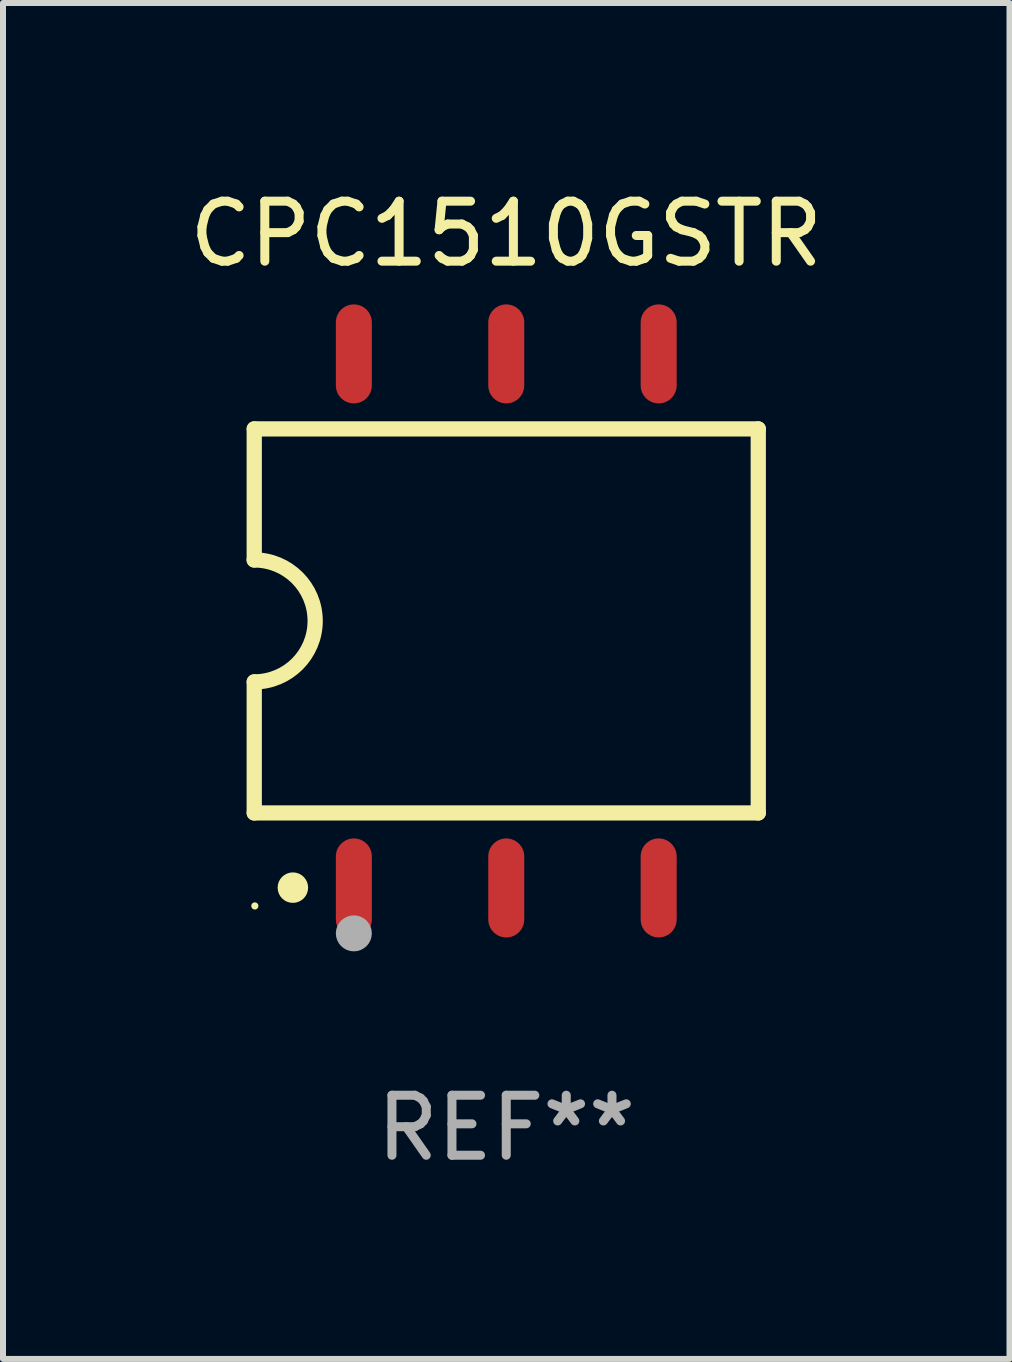
<source format=kicad_pcb>
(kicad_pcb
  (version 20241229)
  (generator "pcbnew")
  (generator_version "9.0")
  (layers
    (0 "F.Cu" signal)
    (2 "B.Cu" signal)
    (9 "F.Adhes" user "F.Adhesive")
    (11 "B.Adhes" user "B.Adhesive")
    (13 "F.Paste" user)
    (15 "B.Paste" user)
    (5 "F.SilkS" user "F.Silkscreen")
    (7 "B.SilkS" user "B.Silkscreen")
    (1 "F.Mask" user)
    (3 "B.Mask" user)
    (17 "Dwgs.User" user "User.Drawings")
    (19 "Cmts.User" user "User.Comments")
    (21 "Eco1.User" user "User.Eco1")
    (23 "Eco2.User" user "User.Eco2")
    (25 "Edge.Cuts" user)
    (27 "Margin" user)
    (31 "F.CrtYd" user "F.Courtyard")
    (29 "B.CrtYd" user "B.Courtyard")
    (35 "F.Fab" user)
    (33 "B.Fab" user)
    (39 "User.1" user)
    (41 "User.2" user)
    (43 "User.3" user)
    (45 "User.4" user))
  (footprint "CPC1510GSTR"
    (layer "F.Cu")
    (at 5.387 7.298)
    (property "Reference" "CPC1510GSTR" (at 0 -6.45 0) (layer "F.SilkS") (effects (font (size 1 1) (thickness 0.15))))
    (attr through_hole)
    (fp_line (start -4.2 -3.2) (end -4.2 -1.016) (stroke (width 0.254) (type solid)) (layer "F.SilkS"))
    (fp_line (start -4.2 -3.2) (end 4.2 -3.2) (stroke (width 0.254) (type solid)) (layer "F.SilkS"))
    (fp_line (start -4.2 3.2) (end -4.2 1.016) (stroke (width 0.254) (type solid)) (layer "F.SilkS"))
    (fp_line (start 4.2 -3.2) (end 4.2 3.2) (stroke (width 0.254) (type solid)) (layer "F.SilkS"))
    (fp_line (start 4.2 3.2) (end -4.2 3.2) (stroke (width 0.254) (type solid)) (layer "F.SilkS"))
    (fp_arc (start -4.201169 -1.016003) (mid -3.185166 -0.000585) (end -4.2 1.016002) (stroke (width 0.254001) (type solid)) (layer "F.SilkS"))
    (fp_circle (center -4.19 4.75) (end -4.16 4.75) (stroke (width 0.06) (type solid)) (fill no) (layer "F.SilkS"))
    (fp_circle (center -3.556 4.445) (end -3.429 4.445) (stroke (width 0.254) (type solid)) (fill no) (layer "F.SilkS"))
    (fp_circle (center -2.54 5.207) (end -2.39 5.207) (stroke (width 0.3) (type solid)) (fill no) (layer "F.Fab"))
    (fp_text user "REF**" (at 0 8.45 0) (layer "F.Fab") (effects (font (size 1 1) (thickness 0.15))))
    (pad "1" smd oval (at -2.54 4.45 90) (size 1.65 0.6) (layers "F.Cu" "F.Mask" "F.Paste"))
    (pad "2" smd oval (at 0 4.45 90) (size 1.65 0.6) (layers "F.Cu" "F.Mask" "F.Paste"))
    (pad "3" smd oval (at 2.54 4.45 90) (size 1.65 0.6) (layers "F.Cu" "F.Mask" "F.Paste"))
    (pad "4" smd oval (at 2.54 -4.45 90) (size 1.65 0.6) (layers "F.Cu" "F.Mask" "F.Paste"))
    (pad "5" smd oval (at 0 -4.45 90) (size 1.65 0.6) (layers "F.Cu" "F.Mask" "F.Paste"))
    (pad "6" smd oval (at -2.54 -4.45 90) (size 1.65 0.6) (layers "F.Cu" "F.Mask" "F.Paste")))
  (gr_rect
    (start -3 -3)
    (end 13.774 19.597)
    (stroke (width 0.1) (type default))
    (fill no)
    (layer "Edge.Cuts")))
</source>
